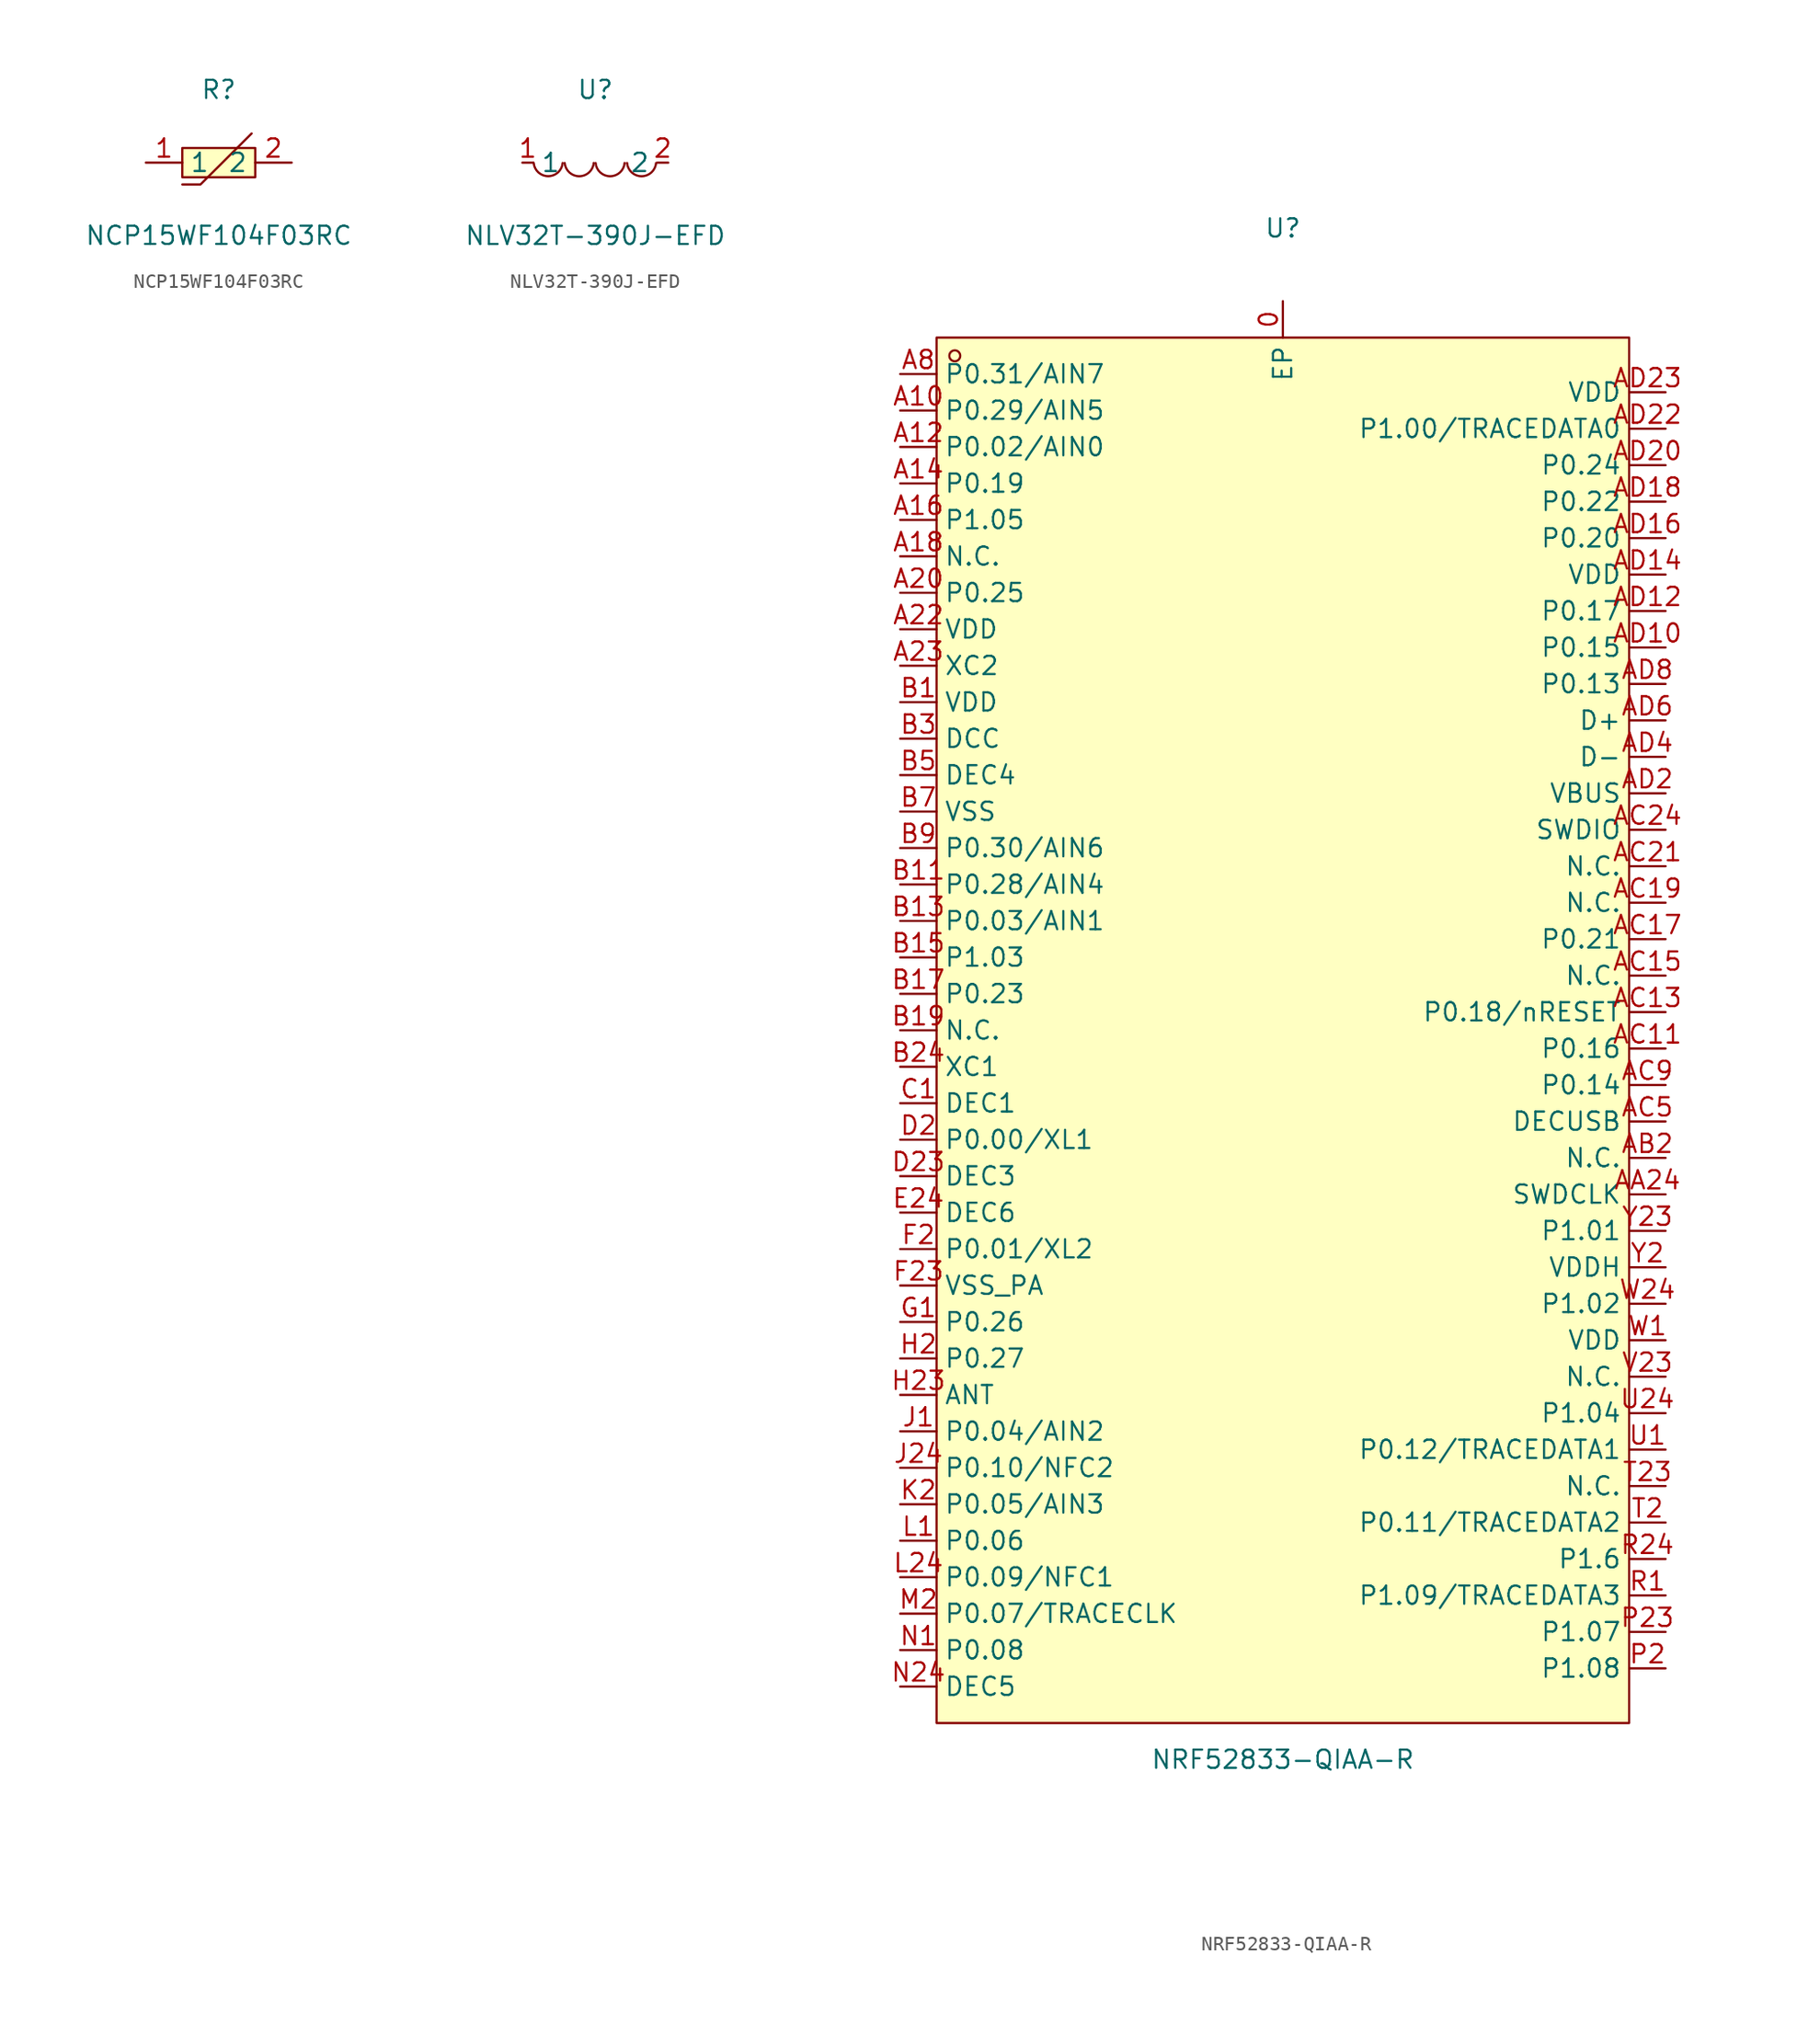
<source format=kicad_sym>
(kicad_symbol_lib
  (version 20241209)
  (generator "kicad_symbol_editor")
  (generator_version "9.0")
  (symbol "NCP15WF104F03RC"
    (property "Reference" "R"
      (at 0 5.08 0)
      (effects (font (size 1.27 1.27))))
    (property "Value" "NCP15WF104F03RC"
      (at 0 -5.08 0)
      (effects (font (size 1.27 1.27))))
    (symbol "NCP15WF104F03RC_0_1"
      (rectangle (start -2.54 1.02) (end 2.54 -1.02) (stroke (width 0) (type default)) (fill (type background)))
      (polyline (pts (xy -2.54 -1.52) (xy -1.27 -1.52) (xy 2.29 2.03)) (stroke (width 0) (type default)) (fill (type none)))
      (pin input line (at -5.08 0 0) (length 2.54) (name "1" (effects (font (size 1.27 1.27)))) (number "1" (effects (font (size 1.27 1.27)))))
      (pin input line (at 5.08 0 180) (length 2.54) (name "2" (effects (font (size 1.27 1.27)))) (number "2" (effects (font (size 1.27 1.27)))))))
  (symbol "NLV32T-390J-EFD"
    (property "Reference" "U"
      (at 0 5.08 0)
      (effects (font (size 1.27 1.27))))
    (property "Value" "NLV32T-390J-EFD"
      (at 0 -5.08 0)
      (effects (font (size 1.27 1.27))))
    (symbol "NLV32T-390J-EFD_0_1"
      (arc (start -2.27 -0.02) (mid -3.28 -0.9427) (end -4.29 -0.02) (stroke (width 0) (type default)) (fill (type none)))
      (arc (start -0.11 -0.02) (mid -1.12 -0.9471) (end -2.13 -0.02) (stroke (width 0) (type default)) (fill (type none)))
      (arc (start 2.04 -0.02) (mid 1.03 -0.9471) (end 0.02 -0.02) (stroke (width 0) (type default)) (fill (type none)))
      (arc (start 4.23 -0.02) (mid 3.22 -0.9471) (end 2.21 -0.02) (stroke (width 0) (type default)) (fill (type none)))
      (pin unspecified line (at -5.08 0 0) (length 0.762) (name "1" (effects (font (size 1.27 1.27)))) (number "1" (effects (font (size 1.27 1.27)))))
      (pin unspecified line (at 5.08 0 180) (length 0.762) (name "2" (effects (font (size 1.27 1.27)))) (number "2" (effects (font (size 1.27 1.27)))))))
  (symbol "NRF52833-QIAA-R"
    (property "Reference" "U"
      (at 0 55.88 0)
      (effects (font (size 1.27 1.27))))
    (property "Value" "NRF52833-QIAA-R"
      (at 0 -50.8 0)
      (effects (font (size 1.27 1.27))))
    (symbol "NRF52833-QIAA-R_0_1"
      (rectangle (start -24.13 48.26) (end 24.13 -48.26) (stroke (width 0) (type default)) (fill (type background)))
      (circle (center -22.86 46.99) (radius 0.38) (stroke (width 0) (type default)) (fill (type none)))
      (pin unspecified line (at -26.67 45.72 0) (length 2.54) (name "P0.31/AIN7" (effects (font (size 1.27 1.27)))) (number "A8" (effects (font (size 1.27 1.27)))))
      (pin unspecified line (at -26.67 43.18 0) (length 2.54) (name "P0.29/AIN5" (effects (font (size 1.27 1.27)))) (number "A10" (effects (font (size 1.27 1.27)))))
      (pin unspecified line (at -26.67 40.64 0) (length 2.54) (name "P0.02/AIN0" (effects (font (size 1.27 1.27)))) (number "A12" (effects (font (size 1.27 1.27)))))
      (pin unspecified line (at -26.67 38.1 0) (length 2.54) (name "P0.19" (effects (font (size 1.27 1.27)))) (number "A14" (effects (font (size 1.27 1.27)))))
      (pin unspecified line (at -26.67 35.56 0) (length 2.54) (name "P1.05" (effects (font (size 1.27 1.27)))) (number "A16" (effects (font (size 1.27 1.27)))))
      (pin unspecified line (at -26.67 33.02 0) (length 2.54) (name "N.C." (effects (font (size 1.27 1.27)))) (number "A18" (effects (font (size 1.27 1.27)))))
      (pin unspecified line (at -26.67 30.48 0) (length 2.54) (name "P0.25" (effects (font (size 1.27 1.27)))) (number "A20" (effects (font (size 1.27 1.27)))))
      (pin unspecified line (at -26.67 27.94 0) (length 2.54) (name "VDD" (effects (font (size 1.27 1.27)))) (number "A22" (effects (font (size 1.27 1.27)))))
      (pin unspecified line (at -26.67 25.4 0) (length 2.54) (name "XC2" (effects (font (size 1.27 1.27)))) (number "A23" (effects (font (size 1.27 1.27)))))
      (pin unspecified line (at -26.67 22.86 0) (length 2.54) (name "VDD" (effects (font (size 1.27 1.27)))) (number "B1" (effects (font (size 1.27 1.27)))))
      (pin unspecified line (at -26.67 20.32 0) (length 2.54) (name "DCC" (effects (font (size 1.27 1.27)))) (number "B3" (effects (font (size 1.27 1.27)))))
      (pin unspecified line (at -26.67 17.78 0) (length 2.54) (name "DEC4" (effects (font (size 1.27 1.27)))) (number "B5" (effects (font (size 1.27 1.27)))))
      (pin unspecified line (at -26.67 15.24 0) (length 2.54) (name "VSS" (effects (font (size 1.27 1.27)))) (number "B7" (effects (font (size 1.27 1.27)))))
      (pin unspecified line (at -26.67 12.7 0) (length 2.54) (name "P0.30/AIN6" (effects (font (size 1.27 1.27)))) (number "B9" (effects (font (size 1.27 1.27)))))
      (pin unspecified line (at -26.67 10.16 0) (length 2.54) (name "P0.28/AIN4" (effects (font (size 1.27 1.27)))) (number "B11" (effects (font (size 1.27 1.27)))))
      (pin unspecified line (at -26.67 7.62 0) (length 2.54) (name "P0.03/AIN1" (effects (font (size 1.27 1.27)))) (number "B13" (effects (font (size 1.27 1.27)))))
      (pin unspecified line (at -26.67 5.08 0) (length 2.54) (name "P1.03" (effects (font (size 1.27 1.27)))) (number "B15" (effects (font (size 1.27 1.27)))))
      (pin unspecified line (at -26.67 2.54 0) (length 2.54) (name "P0.23" (effects (font (size 1.27 1.27)))) (number "B17" (effects (font (size 1.27 1.27)))))
      (pin unspecified line (at -26.67 0 0) (length 2.54) (name "N.C." (effects (font (size 1.27 1.27)))) (number "B19" (effects (font (size 1.27 1.27)))))
      (pin unspecified line (at -26.67 -2.54 0) (length 2.54) (name "XC1" (effects (font (size 1.27 1.27)))) (number "B24" (effects (font (size 1.27 1.27)))))
      (pin unspecified line (at -26.67 -5.08 0) (length 2.54) (name "DEC1" (effects (font (size 1.27 1.27)))) (number "C1" (effects (font (size 1.27 1.27)))))
      (pin unspecified line (at -26.67 -7.62 0) (length 2.54) (name "P0.00/XL1" (effects (font (size 1.27 1.27)))) (number "D2" (effects (font (size 1.27 1.27)))))
      (pin unspecified line (at -26.67 -10.16 0) (length 2.54) (name "DEC3" (effects (font (size 1.27 1.27)))) (number "D23" (effects (font (size 1.27 1.27)))))
      (pin unspecified line (at -26.67 -12.7 0) (length 2.54) (name "DEC6" (effects (font (size 1.27 1.27)))) (number "E24" (effects (font (size 1.27 1.27)))))
      (pin unspecified line (at -26.67 -15.24 0) (length 2.54) (name "P0.01/XL2" (effects (font (size 1.27 1.27)))) (number "F2" (effects (font (size 1.27 1.27)))))
      (pin unspecified line (at -26.67 -17.78 0) (length 2.54) (name "VSS_PA" (effects (font (size 1.27 1.27)))) (number "F23" (effects (font (size 1.27 1.27)))))
      (pin unspecified line (at -26.67 -20.32 0) (length 2.54) (name "P0.26" (effects (font (size 1.27 1.27)))) (number "G1" (effects (font (size 1.27 1.27)))))
      (pin unspecified line (at -26.67 -22.86 0) (length 2.54) (name "P0.27" (effects (font (size 1.27 1.27)))) (number "H2" (effects (font (size 1.27 1.27)))))
      (pin unspecified line (at -26.67 -25.4 0) (length 2.54) (name "ANT" (effects (font (size 1.27 1.27)))) (number "H23" (effects (font (size 1.27 1.27)))))
      (pin unspecified line (at -26.67 -27.94 0) (length 2.54) (name "P0.04/AIN2" (effects (font (size 1.27 1.27)))) (number "J1" (effects (font (size 1.27 1.27)))))
      (pin unspecified line (at -26.67 -30.48 0) (length 2.54) (name "P0.10/NFC2" (effects (font (size 1.27 1.27)))) (number "J24" (effects (font (size 1.27 1.27)))))
      (pin unspecified line (at -26.67 -33.02 0) (length 2.54) (name "P0.05/AIN3" (effects (font (size 1.27 1.27)))) (number "K2" (effects (font (size 1.27 1.27)))))
      (pin unspecified line (at -26.67 -35.56 0) (length 2.54) (name "P0.06" (effects (font (size 1.27 1.27)))) (number "L1" (effects (font (size 1.27 1.27)))))
      (pin unspecified line (at -26.67 -38.1 0) (length 2.54) (name "P0.09/NFC1" (effects (font (size 1.27 1.27)))) (number "L24" (effects (font (size 1.27 1.27)))))
      (pin unspecified line (at -26.67 -40.64 0) (length 2.54) (name "P0.07/TRACECLK" (effects (font (size 1.27 1.27)))) (number "M2" (effects (font (size 1.27 1.27)))))
      (pin unspecified line (at -26.67 -43.18 0) (length 2.54) (name "P0.08" (effects (font (size 1.27 1.27)))) (number "N1" (effects (font (size 1.27 1.27)))))
      (pin unspecified line (at -26.67 -45.72 0) (length 2.54) (name "DEC5" (effects (font (size 1.27 1.27)))) (number "N24" (effects (font (size 1.27 1.27)))))
      (pin unspecified line (at 0 50.8 270) (length 2.54) (name "EP" (effects (font (size 1.27 1.27)))) (number "0" (effects (font (size 1.27 1.27)))))
      (pin unspecified line (at 26.67 44.45 180) (length 2.54) (name "VDD" (effects (font (size 1.27 1.27)))) (number "AD23" (effects (font (size 1.27 1.27)))))
      (pin unspecified line (at 26.67 41.91 180) (length 2.54) (name "P1.00/TRACEDATA0" (effects (font (size 1.27 1.27)))) (number "AD22" (effects (font (size 1.27 1.27)))))
      (pin unspecified line (at 26.67 39.37 180) (length 2.54) (name "P0.24" (effects (font (size 1.27 1.27)))) (number "AD20" (effects (font (size 1.27 1.27)))))
      (pin unspecified line (at 26.67 36.83 180) (length 2.54) (name "P0.22" (effects (font (size 1.27 1.27)))) (number "AD18" (effects (font (size 1.27 1.27)))))
      (pin unspecified line (at 26.67 34.29 180) (length 2.54) (name "P0.20" (effects (font (size 1.27 1.27)))) (number "AD16" (effects (font (size 1.27 1.27)))))
      (pin unspecified line (at 26.67 31.75 180) (length 2.54) (name "VDD" (effects (font (size 1.27 1.27)))) (number "AD14" (effects (font (size 1.27 1.27)))))
      (pin unspecified line (at 26.67 29.21 180) (length 2.54) (name "P0.17" (effects (font (size 1.27 1.27)))) (number "AD12" (effects (font (size 1.27 1.27)))))
      (pin unspecified line (at 26.67 26.67 180) (length 2.54) (name "P0.15" (effects (font (size 1.27 1.27)))) (number "AD10" (effects (font (size 1.27 1.27)))))
      (pin unspecified line (at 26.67 24.13 180) (length 2.54) (name "P0.13" (effects (font (size 1.27 1.27)))) (number "AD8" (effects (font (size 1.27 1.27)))))
      (pin unspecified line (at 26.67 21.59 180) (length 2.54) (name "D+" (effects (font (size 1.27 1.27)))) (number "AD6" (effects (font (size 1.27 1.27)))))
      (pin unspecified line (at 26.67 19.05 180) (length 2.54) (name "D-" (effects (font (size 1.27 1.27)))) (number "AD4" (effects (font (size 1.27 1.27)))))
      (pin unspecified line (at 26.67 16.51 180) (length 2.54) (name "VBUS" (effects (font (size 1.27 1.27)))) (number "AD2" (effects (font (size 1.27 1.27)))))
      (pin unspecified line (at 26.67 13.97 180) (length 2.54) (name "SWDIO" (effects (font (size 1.27 1.27)))) (number "AC24" (effects (font (size 1.27 1.27)))))
      (pin unspecified line (at 26.67 11.43 180) (length 2.54) (name "N.C." (effects (font (size 1.27 1.27)))) (number "AC21" (effects (font (size 1.27 1.27)))))
      (pin unspecified line (at 26.67 8.89 180) (length 2.54) (name "N.C." (effects (font (size 1.27 1.27)))) (number "AC19" (effects (font (size 1.27 1.27)))))
      (pin unspecified line (at 26.67 6.35 180) (length 2.54) (name "P0.21" (effects (font (size 1.27 1.27)))) (number "AC17" (effects (font (size 1.27 1.27)))))
      (pin unspecified line (at 26.67 3.81 180) (length 2.54) (name "N.C." (effects (font (size 1.27 1.27)))) (number "AC15" (effects (font (size 1.27 1.27)))))
      (pin unspecified line (at 26.67 1.27 180) (length 2.54) (name "P0.18/nRESET" (effects (font (size 1.27 1.27)))) (number "AC13" (effects (font (size 1.27 1.27)))))
      (pin unspecified line (at 26.67 -1.27 180) (length 2.54) (name "P0.16" (effects (font (size 1.27 1.27)))) (number "AC11" (effects (font (size 1.27 1.27)))))
      (pin unspecified line (at 26.67 -3.81 180) (length 2.54) (name "P0.14" (effects (font (size 1.27 1.27)))) (number "AC9" (effects (font (size 1.27 1.27)))))
      (pin unspecified line (at 26.67 -6.35 180) (length 2.54) (name "DECUSB" (effects (font (size 1.27 1.27)))) (number "AC5" (effects (font (size 1.27 1.27)))))
      (pin unspecified line (at 26.67 -8.89 180) (length 2.54) (name "N.C." (effects (font (size 1.27 1.27)))) (number "AB2" (effects (font (size 1.27 1.27)))))
      (pin unspecified line (at 26.67 -11.43 180) (length 2.54) (name "SWDCLK" (effects (font (size 1.27 1.27)))) (number "AA24" (effects (font (size 1.27 1.27)))))
      (pin unspecified line (at 26.67 -13.97 180) (length 2.54) (name "P1.01" (effects (font (size 1.27 1.27)))) (number "Y23" (effects (font (size 1.27 1.27)))))
      (pin unspecified line (at 26.67 -16.51 180) (length 2.54) (name "VDDH" (effects (font (size 1.27 1.27)))) (number "Y2" (effects (font (size 1.27 1.27)))))
      (pin unspecified line (at 26.67 -19.05 180) (length 2.54) (name "P1.02" (effects (font (size 1.27 1.27)))) (number "W24" (effects (font (size 1.27 1.27)))))
      (pin unspecified line (at 26.67 -21.59 180) (length 2.54) (name "VDD" (effects (font (size 1.27 1.27)))) (number "W1" (effects (font (size 1.27 1.27)))))
      (pin unspecified line (at 26.67 -24.13 180) (length 2.54) (name "N.C." (effects (font (size 1.27 1.27)))) (number "V23" (effects (font (size 1.27 1.27)))))
      (pin unspecified line (at 26.67 -26.67 180) (length 2.54) (name "P1.04" (effects (font (size 1.27 1.27)))) (number "U24" (effects (font (size 1.27 1.27)))))
      (pin unspecified line (at 26.67 -29.21 180) (length 2.54) (name "P0.12/TRACEDATA1" (effects (font (size 1.27 1.27)))) (number "U1" (effects (font (size 1.27 1.27)))))
      (pin unspecified line (at 26.67 -31.75 180) (length 2.54) (name "N.C." (effects (font (size 1.27 1.27)))) (number "T23" (effects (font (size 1.27 1.27)))))
      (pin unspecified line (at 26.67 -34.29 180) (length 2.54) (name "P0.11/TRACEDATA2" (effects (font (size 1.27 1.27)))) (number "T2" (effects (font (size 1.27 1.27)))))
      (pin unspecified line (at 26.67 -36.83 180) (length 2.54) (name "P1.6" (effects (font (size 1.27 1.27)))) (number "R24" (effects (font (size 1.27 1.27)))))
      (pin unspecified line (at 26.67 -39.37 180) (length 2.54) (name "P1.09/TRACEDATA3" (effects (font (size 1.27 1.27)))) (number "R1" (effects (font (size 1.27 1.27)))))
      (pin unspecified line (at 26.67 -41.91 180) (length 2.54) (name "P1.07" (effects (font (size 1.27 1.27)))) (number "P23" (effects (font (size 1.27 1.27)))))
      (pin unspecified line (at 26.67 -44.45 180) (length 2.54) (name "P1.08" (effects (font (size 1.27 1.27)))) (number "P2" (effects (font (size 1.27 1.27))))))))
</source>
